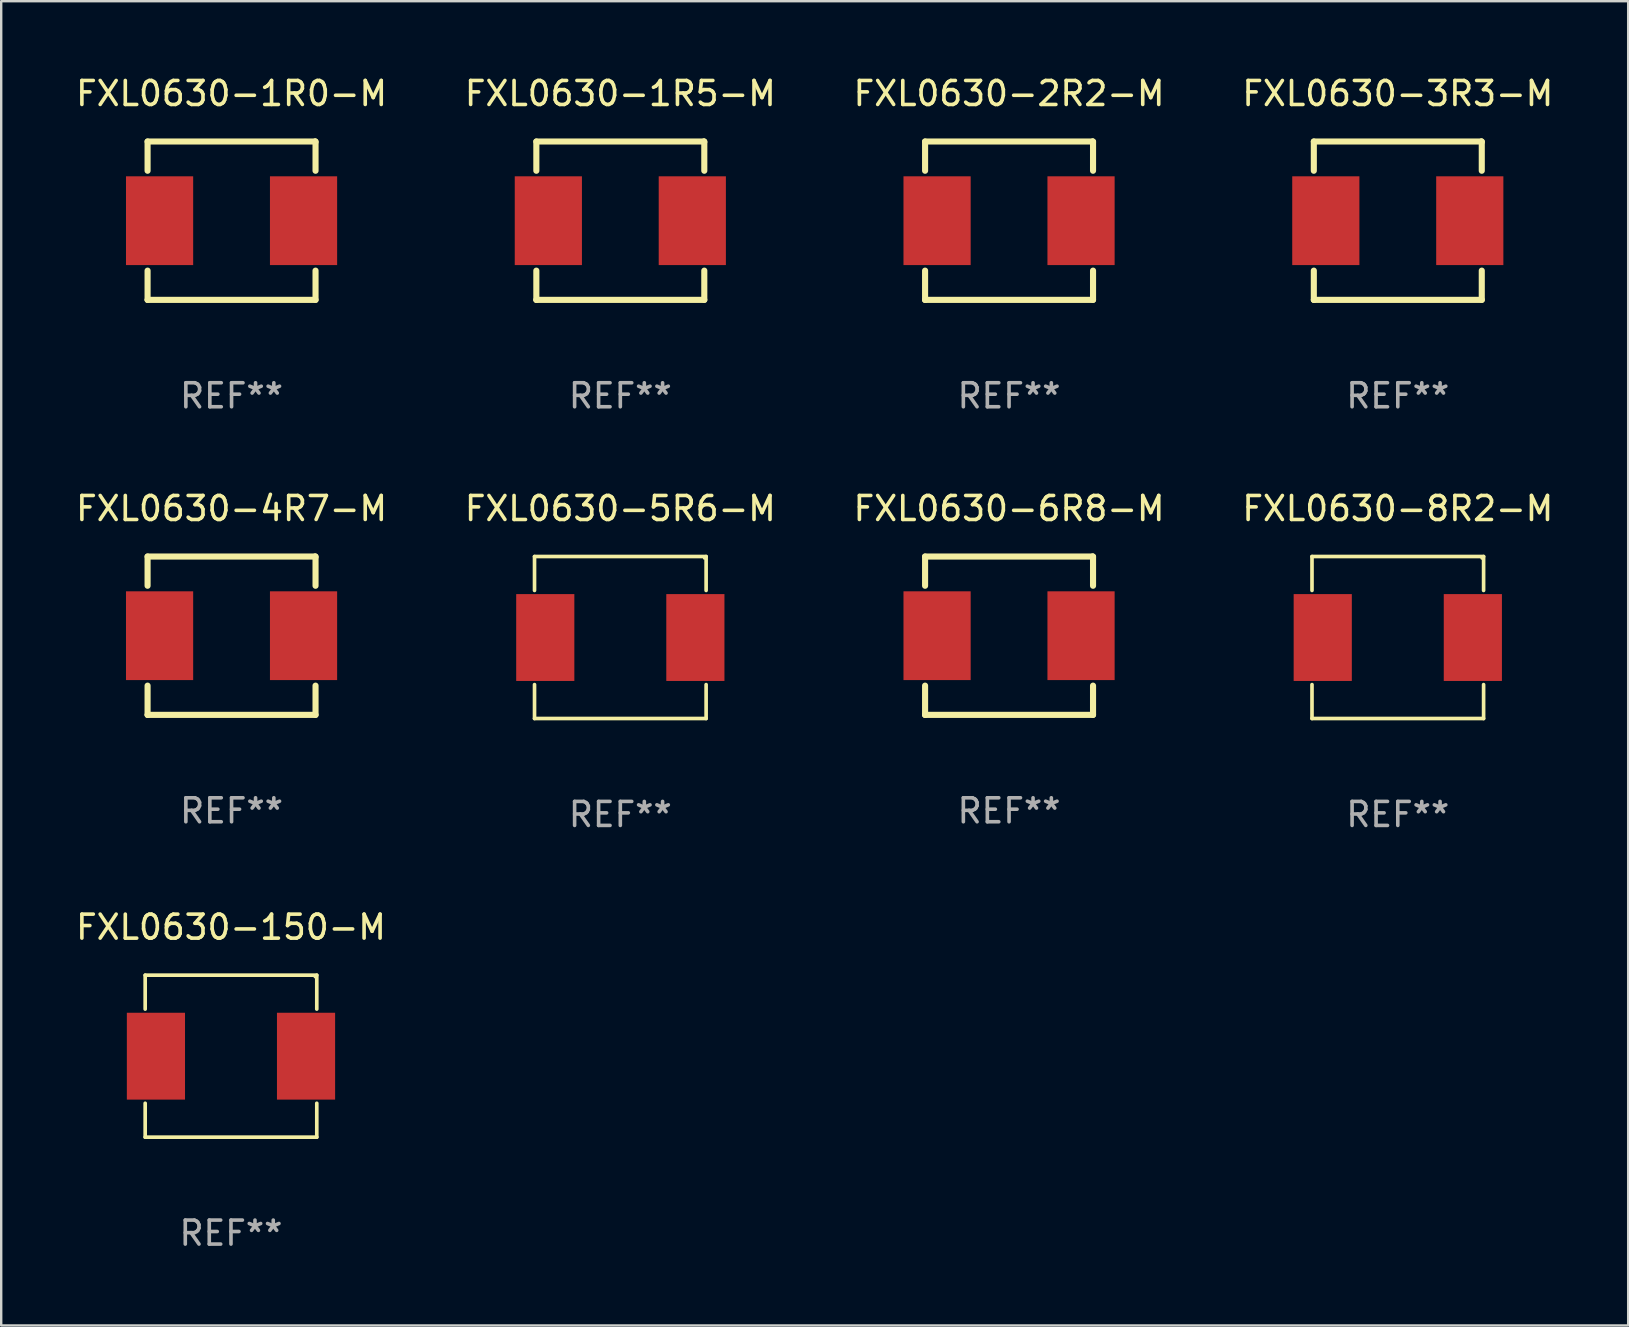
<source format=kicad_pcb>
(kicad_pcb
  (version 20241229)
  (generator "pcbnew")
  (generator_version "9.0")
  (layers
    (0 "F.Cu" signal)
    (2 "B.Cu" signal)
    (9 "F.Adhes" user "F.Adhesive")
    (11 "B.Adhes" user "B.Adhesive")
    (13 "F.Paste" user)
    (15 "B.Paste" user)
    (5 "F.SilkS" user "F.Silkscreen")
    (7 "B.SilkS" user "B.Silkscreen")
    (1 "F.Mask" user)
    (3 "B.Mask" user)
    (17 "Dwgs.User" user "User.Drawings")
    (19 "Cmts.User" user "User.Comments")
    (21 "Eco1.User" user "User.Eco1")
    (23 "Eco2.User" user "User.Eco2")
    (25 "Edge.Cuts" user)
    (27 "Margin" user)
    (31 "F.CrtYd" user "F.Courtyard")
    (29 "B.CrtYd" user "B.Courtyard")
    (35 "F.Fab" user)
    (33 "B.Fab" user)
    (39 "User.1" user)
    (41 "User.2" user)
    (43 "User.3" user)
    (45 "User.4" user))
  (footprint "FXL0630-1R5-M"
    (layer "F.Cu")
    (at 22.804 6.148)
    (property "Reference" "FXL0630-1R5-M" (at 0 -5.3 0) (layer "F.SilkS") (effects (font (size 1 1) (thickness 0.15))))
    (attr through_hole)
    (fp_line (start -3.5 -3.3) (end 3.48 -3.3) (stroke (width 0.254) (type solid)) (layer "F.SilkS"))
    (fp_line (start -3.5 -2.081) (end -3.5 -3.3) (stroke (width 0.254) (type solid)) (layer "F.SilkS"))
    (fp_line (start -3.5 3.3) (end -3.5 2.081) (stroke (width 0.254) (type solid)) (layer "F.SilkS"))
    (fp_line (start -3.49 3.3) (end -3.5 3.3) (stroke (width 0.254) (type solid)) (layer "F.SilkS"))
    (fp_line (start 3.48 -3.3) (end 3.5 -3.28) (stroke (width 0.254) (type solid)) (layer "F.SilkS"))
    (fp_line (start 3.5 -3.3) (end 3.5 -2.081) (stroke (width 0.254) (type solid)) (layer "F.SilkS"))
    (fp_line (start 3.5 2.081) (end 3.5 3.3) (stroke (width 0.254) (type solid)) (layer "F.SilkS"))
    (fp_line (start 3.5 3.3) (end -3.49 3.3) (stroke (width 0.254) (type solid)) (layer "F.SilkS"))
    (fp_circle (center -3.5 3.3) (end -3.47 3.3) (stroke (width 0.06) (type solid)) (fill no) (layer "F.SilkS"))
    (fp_text user "REF**" (at 0 7.3 0) (layer "F.Fab") (effects (font (size 1 1) (thickness 0.15))))
    (pad "1" smd rect (at -3 0) (size 2.8 3.7) (layers "F.Cu" "F.Mask" "F.Paste"))
    (pad "2" smd rect (at 3 0) (size 2.8 3.7) (layers "F.Cu" "F.Mask" "F.Paste")))
  (footprint "FXL0630-6R8-M"
    (layer "F.Cu")
    (at 39.006 23.445)
    (property "Reference" "FXL0630-6R8-M" (at 0 -5.3 0) (layer "F.SilkS") (effects (font (size 1 1) (thickness 0.15))))
    (attr through_hole)
    (fp_line (start -3.5 -3.3) (end 3.48 -3.3) (stroke (width 0.254) (type solid)) (layer "F.SilkS"))
    (fp_line (start -3.5 -2.081) (end -3.5 -3.3) (stroke (width 0.254) (type solid)) (layer "F.SilkS"))
    (fp_line (start -3.5 3.3) (end -3.5 2.081) (stroke (width 0.254) (type solid)) (layer "F.SilkS"))
    (fp_line (start -3.49 3.3) (end -3.5 3.3) (stroke (width 0.254) (type solid)) (layer "F.SilkS"))
    (fp_line (start 3.48 -3.3) (end 3.5 -3.28) (stroke (width 0.254) (type solid)) (layer "F.SilkS"))
    (fp_line (start 3.5 -3.3) (end 3.5 -2.081) (stroke (width 0.254) (type solid)) (layer "F.SilkS"))
    (fp_line (start 3.5 2.081) (end 3.5 3.3) (stroke (width 0.254) (type solid)) (layer "F.SilkS"))
    (fp_line (start 3.5 3.3) (end -3.49 3.3) (stroke (width 0.254) (type solid)) (layer "F.SilkS"))
    (fp_circle (center -3.5 3.3) (end -3.47 3.3) (stroke (width 0.06) (type solid)) (fill no) (layer "F.SilkS"))
    (fp_text user "REF**" (at 0 7.3 0) (layer "F.Fab") (effects (font (size 1 1) (thickness 0.15))))
    (pad "1" smd rect (at -3 0) (size 2.8 3.7) (layers "F.Cu" "F.Mask" "F.Paste"))
    (pad "2" smd rect (at 3 0) (size 2.8 3.7) (layers "F.Cu" "F.Mask" "F.Paste")))
  (footprint "FXL0630-8R2-M"
    (layer "F.Cu")
    (at 55.208 23.521)
    (property "Reference" "FXL0630-8R2-M" (at 0 -5.376 0) (layer "F.SilkS") (effects (font (size 1 1) (thickness 0.15))))
    (attr through_hole)
    (fp_line (start -3.576 -3.376) (end 3.576 -3.376) (stroke (width 0.152) (type solid)) (layer "F.SilkS"))
    (fp_line (start -3.576 -1.962) (end -3.576 -3.376) (stroke (width 0.152) (type solid)) (layer "F.SilkS"))
    (fp_line (start -3.576 1.962) (end -3.576 3.376) (stroke (width 0.152) (type solid)) (layer "F.SilkS"))
    (fp_line (start -3.576 3.376) (end 3.576 3.376) (stroke (width 0.152) (type solid)) (layer "F.SilkS"))
    (fp_line (start 3.576 -3.376) (end 3.576 -1.962) (stroke (width 0.152) (type solid)) (layer "F.SilkS"))
    (fp_line (start 3.576 3.376) (end 3.576 1.962) (stroke (width 0.152) (type solid)) (layer "F.SilkS"))
    (fp_circle (center 3.5 -3.3) (end 3.53 -3.3) (stroke (width 0.06) (type solid)) (fill no) (layer "F.SilkS"))
    (fp_text user "REF**" (at 0 7.376 0) (layer "F.Fab") (effects (font (size 1 1) (thickness 0.15))))
    (pad "1" smd rect (at 3.128 0) (size 2.424 3.62) (layers "F.Cu" "F.Mask" "F.Paste"))
    (pad "2" smd rect (at -3.128 0) (size 2.424 3.62) (layers "F.Cu" "F.Mask" "F.Paste")))
  (footprint "FXL0630-4R7-M"
    (layer "F.Cu")
    (at 6.601 23.445)
    (property "Reference" "FXL0630-4R7-M" (at 0 -5.3 0) (layer "F.SilkS") (effects (font (size 1 1) (thickness 0.15))))
    (attr through_hole)
    (fp_line (start -3.5 -3.3) (end 3.48 -3.3) (stroke (width 0.254) (type solid)) (layer "F.SilkS"))
    (fp_line (start -3.5 -2.081) (end -3.5 -3.3) (stroke (width 0.254) (type solid)) (layer "F.SilkS"))
    (fp_line (start -3.5 3.3) (end -3.5 2.081) (stroke (width 0.254) (type solid)) (layer "F.SilkS"))
    (fp_line (start -3.49 3.3) (end -3.5 3.3) (stroke (width 0.254) (type solid)) (layer "F.SilkS"))
    (fp_line (start 3.48 -3.3) (end 3.5 -3.28) (stroke (width 0.254) (type solid)) (layer "F.SilkS"))
    (fp_line (start 3.5 -3.3) (end 3.5 -2.081) (stroke (width 0.254) (type solid)) (layer "F.SilkS"))
    (fp_line (start 3.5 2.081) (end 3.5 3.3) (stroke (width 0.254) (type solid)) (layer "F.SilkS"))
    (fp_line (start 3.5 3.3) (end -3.49 3.3) (stroke (width 0.254) (type solid)) (layer "F.SilkS"))
    (fp_circle (center -3.5 3.3) (end -3.47 3.3) (stroke (width 0.06) (type solid)) (fill no) (layer "F.SilkS"))
    (fp_text user "REF**" (at 0 7.3 0) (layer "F.Fab") (effects (font (size 1 1) (thickness 0.15))))
    (pad "1" smd rect (at -3 0) (size 2.8 3.7) (layers "F.Cu" "F.Mask" "F.Paste"))
    (pad "2" smd rect (at 3 0) (size 2.8 3.7) (layers "F.Cu" "F.Mask" "F.Paste")))
  (footprint "FXL0630-3R3-M"
    (layer "F.Cu")
    (at 55.208 6.148)
    (property "Reference" "FXL0630-3R3-M" (at 0 -5.3 0) (layer "F.SilkS") (effects (font (size 1 1) (thickness 0.15))))
    (attr through_hole)
    (fp_line (start -3.5 -3.3) (end 3.48 -3.3) (stroke (width 0.254) (type solid)) (layer "F.SilkS"))
    (fp_line (start -3.5 -2.081) (end -3.5 -3.3) (stroke (width 0.254) (type solid)) (layer "F.SilkS"))
    (fp_line (start -3.5 3.3) (end -3.5 2.081) (stroke (width 0.254) (type solid)) (layer "F.SilkS"))
    (fp_line (start -3.49 3.3) (end -3.5 3.3) (stroke (width 0.254) (type solid)) (layer "F.SilkS"))
    (fp_line (start 3.48 -3.3) (end 3.5 -3.28) (stroke (width 0.254) (type solid)) (layer "F.SilkS"))
    (fp_line (start 3.5 -3.3) (end 3.5 -2.081) (stroke (width 0.254) (type solid)) (layer "F.SilkS"))
    (fp_line (start 3.5 2.081) (end 3.5 3.3) (stroke (width 0.254) (type solid)) (layer "F.SilkS"))
    (fp_line (start 3.5 3.3) (end -3.49 3.3) (stroke (width 0.254) (type solid)) (layer "F.SilkS"))
    (fp_circle (center -3.5 3.3) (end -3.47 3.3) (stroke (width 0.06) (type solid)) (fill no) (layer "F.SilkS"))
    (fp_text user "REF**" (at 0 7.3 0) (layer "F.Fab") (effects (font (size 1 1) (thickness 0.15))))
    (pad "1" smd rect (at -3 0) (size 2.8 3.7) (layers "F.Cu" "F.Mask" "F.Paste"))
    (pad "2" smd rect (at 3 0) (size 2.8 3.7) (layers "F.Cu" "F.Mask" "F.Paste")))
  (footprint "FXL0630-5R6-M"
    (layer "F.Cu")
    (at 22.804 23.521)
    (property "Reference" "FXL0630-5R6-M" (at 0 -5.376 0) (layer "F.SilkS") (effects (font (size 1 1) (thickness 0.15))))
    (attr through_hole)
    (fp_line (start -3.576 -3.376) (end 3.576 -3.376) (stroke (width 0.152) (type solid)) (layer "F.SilkS"))
    (fp_line (start -3.576 -1.962) (end -3.576 -3.376) (stroke (width 0.152) (type solid)) (layer "F.SilkS"))
    (fp_line (start -3.576 1.962) (end -3.576 3.376) (stroke (width 0.152) (type solid)) (layer "F.SilkS"))
    (fp_line (start -3.576 3.376) (end 3.576 3.376) (stroke (width 0.152) (type solid)) (layer "F.SilkS"))
    (fp_line (start 3.576 -3.376) (end 3.576 -1.962) (stroke (width 0.152) (type solid)) (layer "F.SilkS"))
    (fp_line (start 3.576 3.376) (end 3.576 1.962) (stroke (width 0.152) (type solid)) (layer "F.SilkS"))
    (fp_circle (center 3.5 -3.3) (end 3.53 -3.3) (stroke (width 0.06) (type solid)) (fill no) (layer "F.SilkS"))
    (fp_text user "REF**" (at 0 7.376 0) (layer "F.Fab") (effects (font (size 1 1) (thickness 0.15))))
    (pad "1" smd rect (at 3.128 0) (size 2.424 3.62) (layers "F.Cu" "F.Mask" "F.Paste"))
    (pad "2" smd rect (at -3.128 0) (size 2.424 3.62) (layers "F.Cu" "F.Mask" "F.Paste")))
  (footprint "FXL0630-1R0-M"
    (layer "F.Cu")
    (at 6.601 6.148)
    (property "Reference" "FXL0630-1R0-M" (at 0 -5.3 0) (layer "F.SilkS") (effects (font (size 1 1) (thickness 0.15))))
    (attr through_hole)
    (fp_line (start -3.5 -3.3) (end 3.48 -3.3) (stroke (width 0.254) (type solid)) (layer "F.SilkS"))
    (fp_line (start -3.5 -2.081) (end -3.5 -3.3) (stroke (width 0.254) (type solid)) (layer "F.SilkS"))
    (fp_line (start -3.5 3.3) (end -3.5 2.081) (stroke (width 0.254) (type solid)) (layer "F.SilkS"))
    (fp_line (start -3.49 3.3) (end -3.5 3.3) (stroke (width 0.254) (type solid)) (layer "F.SilkS"))
    (fp_line (start 3.48 -3.3) (end 3.5 -3.28) (stroke (width 0.254) (type solid)) (layer "F.SilkS"))
    (fp_line (start 3.5 -3.3) (end 3.5 -2.081) (stroke (width 0.254) (type solid)) (layer "F.SilkS"))
    (fp_line (start 3.5 2.081) (end 3.5 3.3) (stroke (width 0.254) (type solid)) (layer "F.SilkS"))
    (fp_line (start 3.5 3.3) (end -3.49 3.3) (stroke (width 0.254) (type solid)) (layer "F.SilkS"))
    (fp_circle (center -3.5 3.3) (end -3.47 3.3) (stroke (width 0.06) (type solid)) (fill no) (layer "F.SilkS"))
    (fp_text user "REF**" (at 0 7.3 0) (layer "F.Fab") (effects (font (size 1 1) (thickness 0.15))))
    (pad "1" smd rect (at -3 0) (size 2.8 3.7) (layers "F.Cu" "F.Mask" "F.Paste"))
    (pad "2" smd rect (at 3 0) (size 2.8 3.7) (layers "F.Cu" "F.Mask" "F.Paste")))
  (footprint "FXL0630-150-M"
    (layer "F.Cu")
    (at 6.577 40.97)
    (property "Reference" "FXL0630-150-M" (at 0 -5.376 0) (layer "F.SilkS") (effects (font (size 1 1) (thickness 0.15))))
    (attr through_hole)
    (fp_line (start -3.576 -3.376) (end 3.576 -3.376) (stroke (width 0.152) (type solid)) (layer "F.SilkS"))
    (fp_line (start -3.576 -1.962) (end -3.576 -3.376) (stroke (width 0.152) (type solid)) (layer "F.SilkS"))
    (fp_line (start -3.576 1.962) (end -3.576 3.376) (stroke (width 0.152) (type solid)) (layer "F.SilkS"))
    (fp_line (start -3.576 3.376) (end 3.576 3.376) (stroke (width 0.152) (type solid)) (layer "F.SilkS"))
    (fp_line (start 3.576 -3.376) (end 3.576 -1.962) (stroke (width 0.152) (type solid)) (layer "F.SilkS"))
    (fp_line (start 3.576 3.376) (end 3.576 1.962) (stroke (width 0.152) (type solid)) (layer "F.SilkS"))
    (fp_circle (center 3.5 -3.3) (end 3.53 -3.3) (stroke (width 0.06) (type solid)) (fill no) (layer "F.SilkS"))
    (fp_text user "REF**" (at 0 7.376 0) (layer "F.Fab") (effects (font (size 1 1) (thickness 0.15))))
    (pad "1" smd rect (at 3.128 0) (size 2.424 3.62) (layers "F.Cu" "F.Mask" "F.Paste"))
    (pad "2" smd rect (at -3.128 0) (size 2.424 3.62) (layers "F.Cu" "F.Mask" "F.Paste")))
  (footprint "FXL0630-2R2-M"
    (layer "F.Cu")
    (at 39.006 6.148)
    (property "Reference" "FXL0630-2R2-M" (at 0 -5.3 0) (layer "F.SilkS") (effects (font (size 1 1) (thickness 0.15))))
    (attr through_hole)
    (fp_line (start -3.5 -3.3) (end 3.48 -3.3) (stroke (width 0.254) (type solid)) (layer "F.SilkS"))
    (fp_line (start -3.5 -2.081) (end -3.5 -3.3) (stroke (width 0.254) (type solid)) (layer "F.SilkS"))
    (fp_line (start -3.5 3.3) (end -3.5 2.081) (stroke (width 0.254) (type solid)) (layer "F.SilkS"))
    (fp_line (start -3.49 3.3) (end -3.5 3.3) (stroke (width 0.254) (type solid)) (layer "F.SilkS"))
    (fp_line (start 3.48 -3.3) (end 3.5 -3.28) (stroke (width 0.254) (type solid)) (layer "F.SilkS"))
    (fp_line (start 3.5 -3.3) (end 3.5 -2.081) (stroke (width 0.254) (type solid)) (layer "F.SilkS"))
    (fp_line (start 3.5 2.081) (end 3.5 3.3) (stroke (width 0.254) (type solid)) (layer "F.SilkS"))
    (fp_line (start 3.5 3.3) (end -3.49 3.3) (stroke (width 0.254) (type solid)) (layer "F.SilkS"))
    (fp_circle (center -3.5 3.3) (end -3.47 3.3) (stroke (width 0.06) (type solid)) (fill no) (layer "F.SilkS"))
    (fp_text user "REF**" (at 0 7.3 0) (layer "F.Fab") (effects (font (size 1 1) (thickness 0.15))))
    (pad "1" smd rect (at -3 0) (size 2.8 3.7) (layers "F.Cu" "F.Mask" "F.Paste"))
    (pad "2" smd rect (at 3 0) (size 2.8 3.7) (layers "F.Cu" "F.Mask" "F.Paste")))
  (gr_rect
    (start -3 -3)
    (end 64.81 52.194)
    (stroke (width 0.1) (type default))
    (fill no)
    (layer "Edge.Cuts")))
</source>
